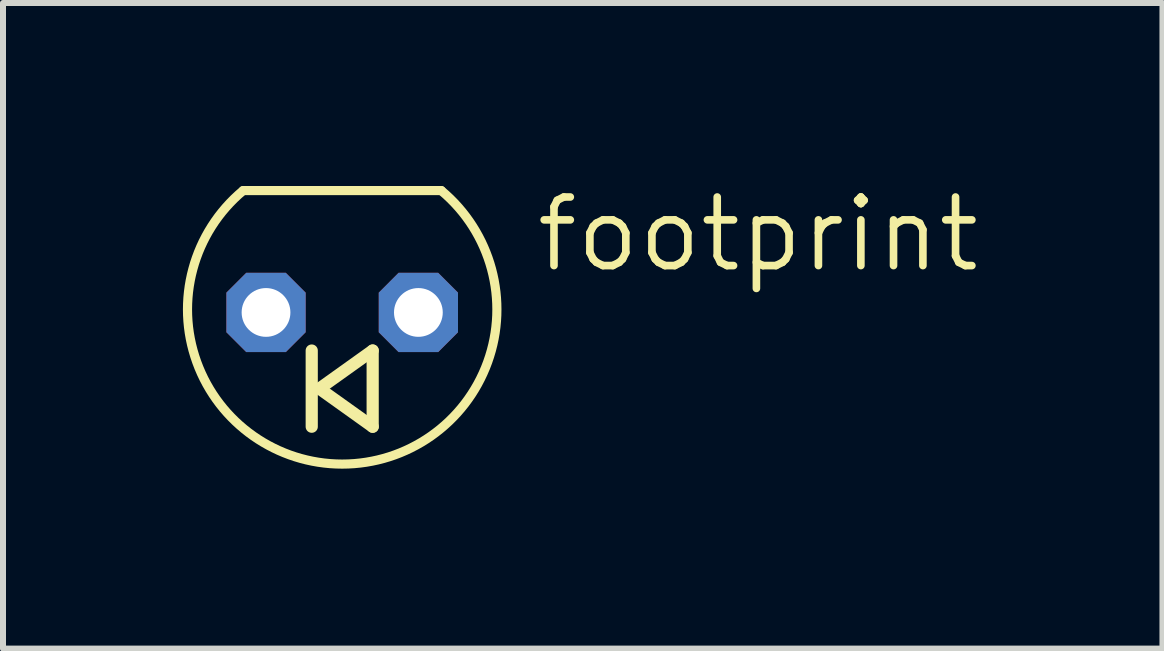
<source format=kicad_pcb>
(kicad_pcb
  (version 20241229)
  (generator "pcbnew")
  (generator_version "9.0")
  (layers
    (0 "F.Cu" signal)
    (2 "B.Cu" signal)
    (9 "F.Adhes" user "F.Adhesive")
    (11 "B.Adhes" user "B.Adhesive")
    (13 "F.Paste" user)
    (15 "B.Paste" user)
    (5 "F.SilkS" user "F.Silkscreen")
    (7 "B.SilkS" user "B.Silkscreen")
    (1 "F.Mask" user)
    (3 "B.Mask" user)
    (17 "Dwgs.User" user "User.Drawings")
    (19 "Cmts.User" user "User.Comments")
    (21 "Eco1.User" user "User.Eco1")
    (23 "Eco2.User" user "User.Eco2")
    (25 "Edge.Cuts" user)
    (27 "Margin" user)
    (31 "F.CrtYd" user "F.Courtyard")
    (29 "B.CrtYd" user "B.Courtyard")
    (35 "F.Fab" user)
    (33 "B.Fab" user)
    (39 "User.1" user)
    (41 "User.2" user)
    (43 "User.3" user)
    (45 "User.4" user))
  (footprint "footprint"
    (layer "F.Cu")
    (at 2.655 2.159)
    (property "Reference" "footprint" (at 3.175 -0.635 0) (layer "F.SilkS") (effects (font (size 1.143 1.143) (thickness 0.127)) (justify left bottom)))
    (fp_line (start -0.508 1.905) (end -0.508 0.635) (stroke (width 0.203) (type solid)) (layer "F.SilkS"))
    (fp_line (start -0.381 1.27) (end 0.508 1.905) (stroke (width 0.203) (type solid)) (layer "F.SilkS"))
    (fp_line (start 0.508 0.635) (end -0.381 1.27) (stroke (width 0.203) (type solid)) (layer "F.SilkS"))
    (fp_line (start 0.508 1.905) (end 0.508 0.635) (stroke (width 0.203) (type solid)) (layer "F.SilkS"))
    (fp_line (start 1.651 -2.032) (end -1.651 -2.032) (stroke (width 0.152) (type solid)) (layer "F.SilkS"))
    (fp_arc (start 1.651001 -2.031999) (mid -0.000001 2.528146) (end -1.651 -2.032) (stroke (width 0.1524) (type solid)) (layer "F.SilkS"))
    (pad "A" thru_hole roundrect (at 1.27 0) (size 1.321 1.321) (drill 0.813) (layers "*.Cu" "*.Mask") (roundrect_rratio 0.25) (chamfer_ratio 0.25) (chamfer top_left top_right bottom_left bottom_right))
    (pad "C" thru_hole roundrect (at -1.27 0) (size 1.321 1.321) (drill 0.813) (layers "*.Cu" "*.Mask") (roundrect_rratio 0.25) (chamfer_ratio 0.25) (chamfer top_left top_right bottom_left bottom_right)))
  (gr_rect
    (start -3 -3)
    (end 16.33 7.763)
    (stroke (width 0.1) (type default))
    (fill no)
    (layer "Edge.Cuts")))
</source>
